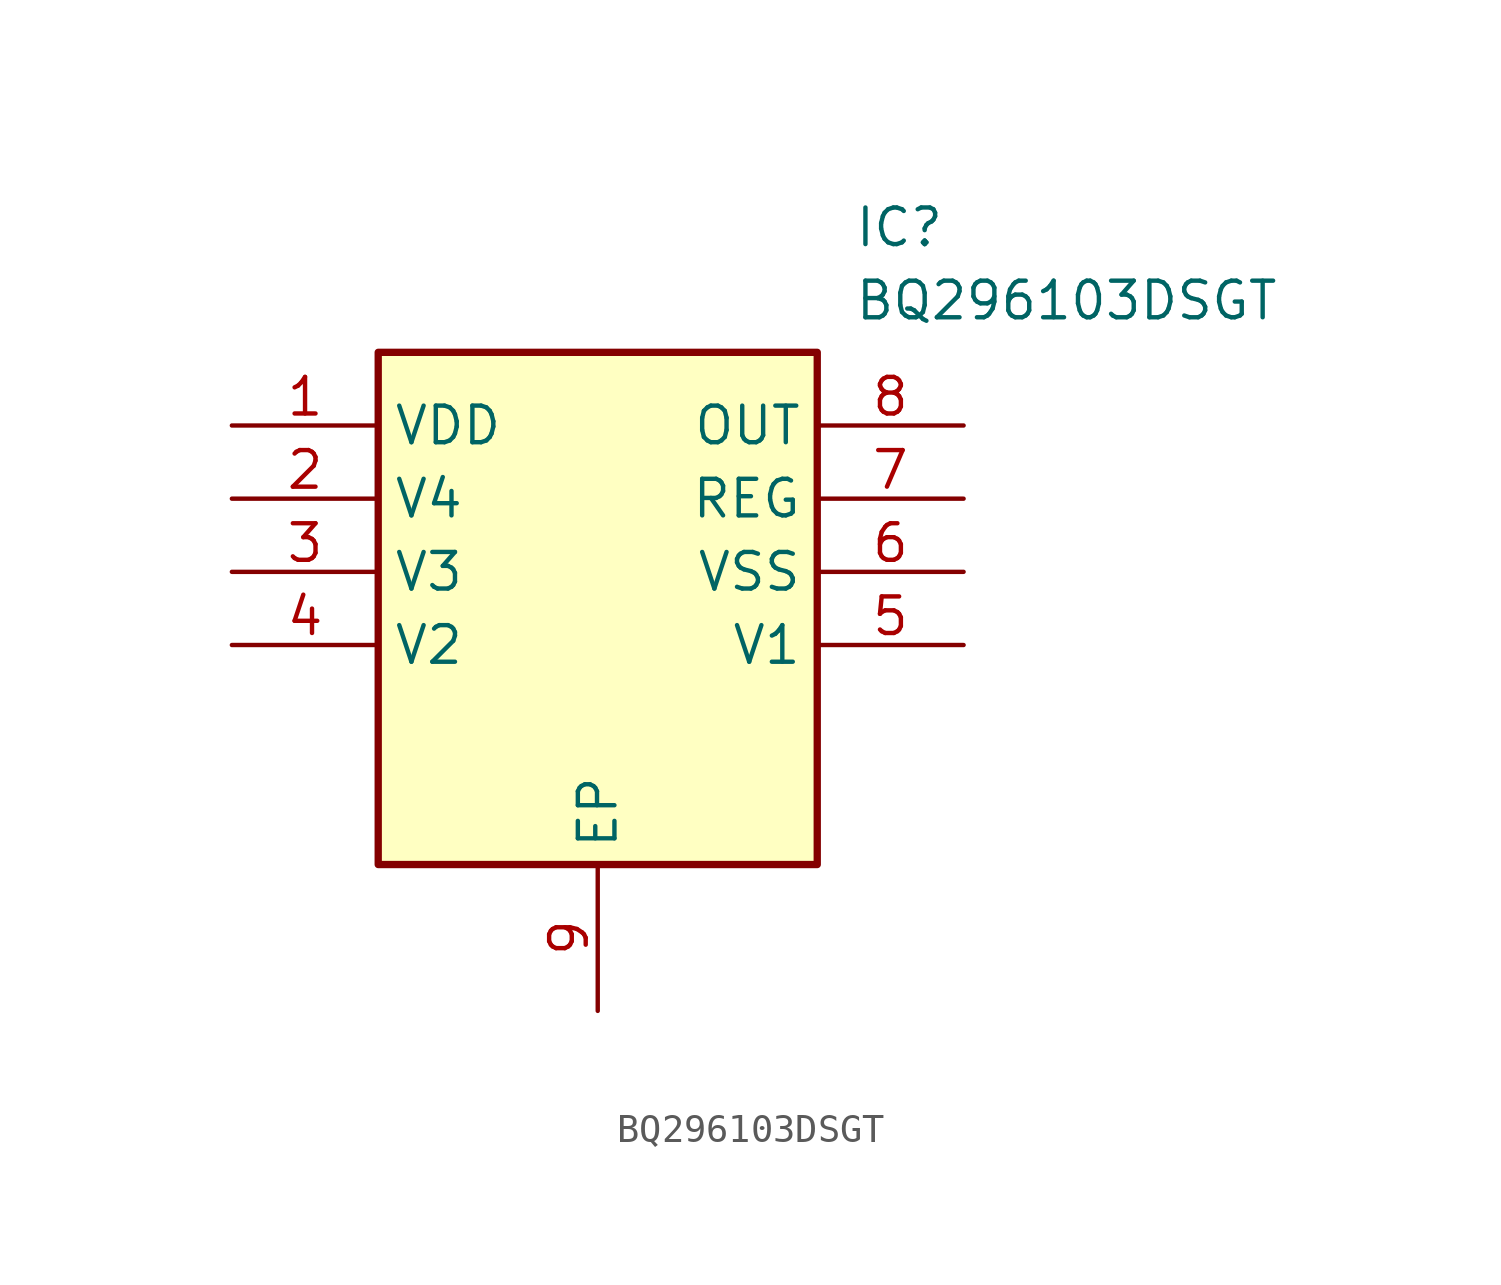
<source format=kicad_sym>
(kicad_symbol_lib
  (version 20211014)
  (generator SamacSys_ECAD_Model)
  (symbol "BQ296103DSGT"
    (property "Reference" "IC"
      (at 21.59 7.62 0)
      (effects (font (size 1.27 1.27)) (justify left top)))
    (property "Value" "BQ296103DSGT"
      (at 21.59 5.08 0)
      (effects (font (size 1.27 1.27)) (justify left top)))
    (rectangle
      (start 5.08 2.54)
      (end 20.32 -15.24)
      (stroke (width 0.254) (type default))
      (fill (type background)))
    (pin passive line
      (at 0 0 0)
      (length 5.08)
      (name "VDD" (effects (font (size 1.27 1.27))))
      (number "1" (effects (font (size 1.27 1.27)))))
    (pin passive line
      (at 0 -2.54 0)
      (length 5.08)
      (name "V4" (effects (font (size 1.27 1.27))))
      (number "2" (effects (font (size 1.27 1.27)))))
    (pin passive line
      (at 0 -5.08 0)
      (length 5.08)
      (name "V3" (effects (font (size 1.27 1.27))))
      (number "3" (effects (font (size 1.27 1.27)))))
    (pin passive line
      (at 0 -7.62 0)
      (length 5.08)
      (name "V2" (effects (font (size 1.27 1.27))))
      (number "4" (effects (font (size 1.27 1.27)))))
    (pin passive line
      (at 12.7 -20.32 90)
      (length 5.08)
      (name "EP" (effects (font (size 1.27 1.27))))
      (number "9" (effects (font (size 1.27 1.27)))))
    (pin passive line
      (at 25.4 0 180)
      (length 5.08)
      (name "OUT" (effects (font (size 1.27 1.27))))
      (number "8" (effects (font (size 1.27 1.27)))))
    (pin passive line
      (at 25.4 -2.54 180)
      (length 5.08)
      (name "REG" (effects (font (size 1.27 1.27))))
      (number "7" (effects (font (size 1.27 1.27)))))
    (pin passive line
      (at 25.4 -5.08 180)
      (length 5.08)
      (name "VSS" (effects (font (size 1.27 1.27))))
      (number "6" (effects (font (size 1.27 1.27)))))
    (pin passive line
      (at 25.4 -7.62 180)
      (length 5.08)
      (name "V1" (effects (font (size 1.27 1.27))))
      (number "5" (effects (font (size 1.27 1.27)))))))
</source>
